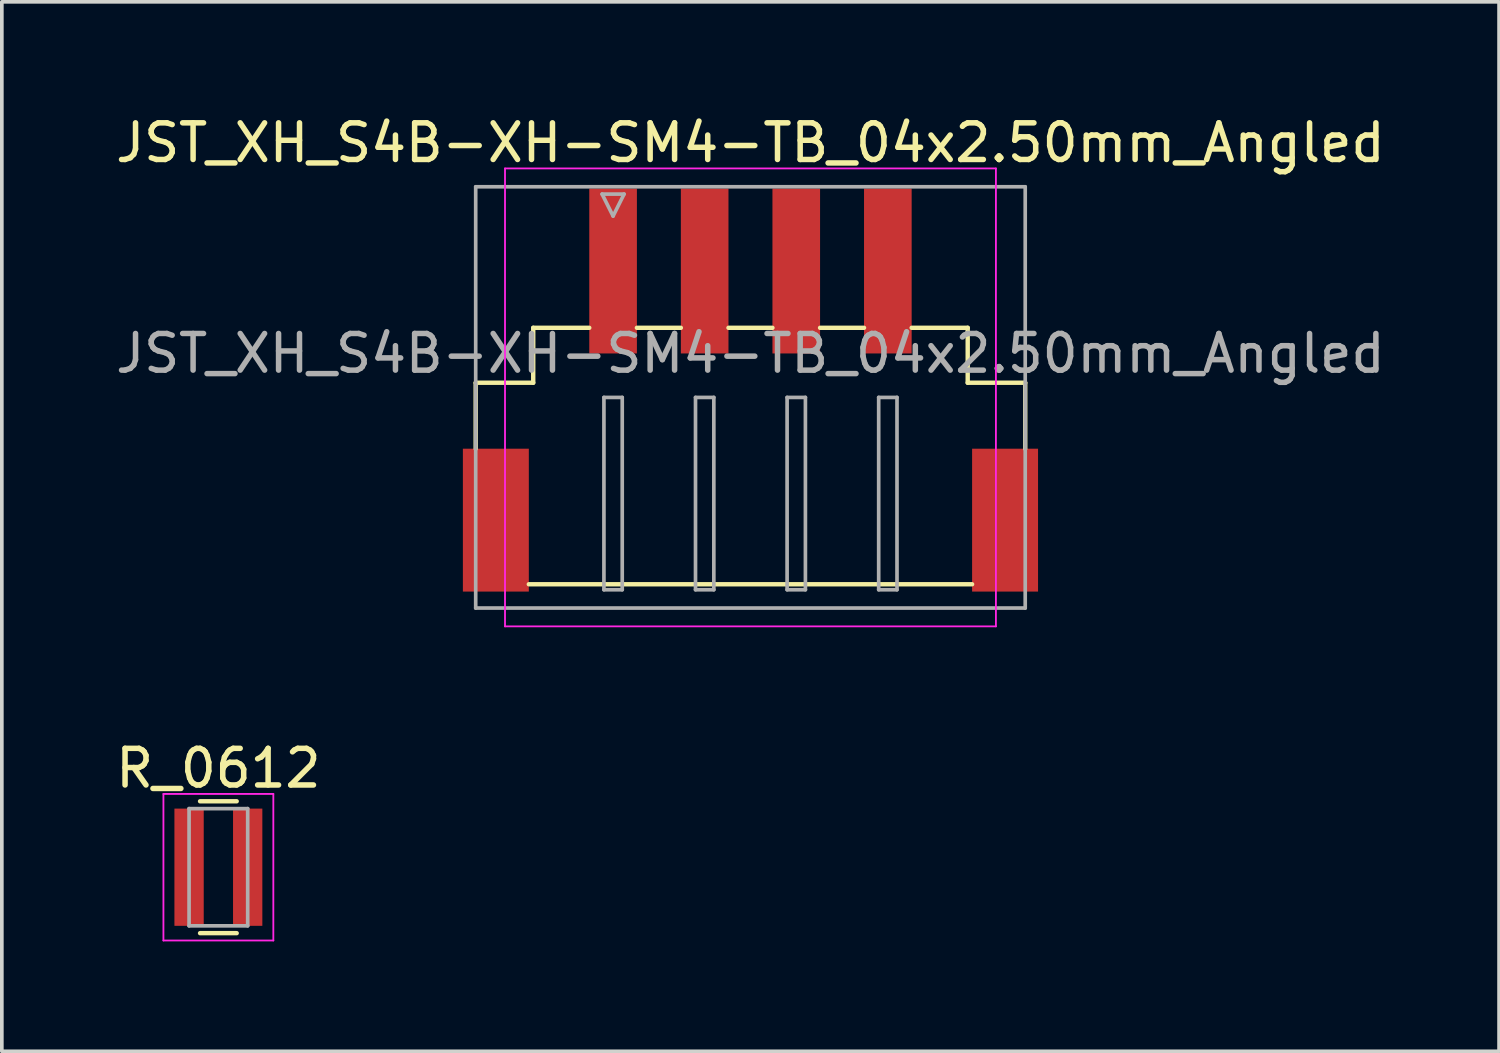
<source format=kicad_pcb>
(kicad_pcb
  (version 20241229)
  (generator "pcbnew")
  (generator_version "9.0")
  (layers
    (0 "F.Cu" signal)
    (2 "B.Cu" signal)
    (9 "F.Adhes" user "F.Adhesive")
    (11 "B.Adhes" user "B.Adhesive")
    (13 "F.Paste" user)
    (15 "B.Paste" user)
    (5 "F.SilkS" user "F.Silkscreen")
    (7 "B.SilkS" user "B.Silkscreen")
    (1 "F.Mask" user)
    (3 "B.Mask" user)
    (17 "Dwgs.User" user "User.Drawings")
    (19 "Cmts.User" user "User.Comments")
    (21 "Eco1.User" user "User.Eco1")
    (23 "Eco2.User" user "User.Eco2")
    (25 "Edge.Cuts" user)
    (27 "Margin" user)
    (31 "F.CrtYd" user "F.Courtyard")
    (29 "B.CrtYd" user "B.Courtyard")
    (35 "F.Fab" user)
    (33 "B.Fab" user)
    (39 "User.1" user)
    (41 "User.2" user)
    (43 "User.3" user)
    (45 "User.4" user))
  (footprint "JST_XH_S4B-XH-SM4-TB_04x2.50mm_Angled"
    (layer "F.Cu")
    (at 17.435 8.098)
    (property "Reference" "JST_XH_S4B-XH-SM4-TB_04x2.50mm_Angled" (at 0 -7.25 0) (layer "F.SilkS") (effects (font (size 1 1) (thickness 0.15))))
    (attr through_hole)
    (fp_line (start -7.5 -0.7) (end -7.5 1.1) (stroke (width 0.12) (type solid)) (layer "F.SilkS"))
    (fp_line (start -7.5 -0.7) (end -5.93 -0.7) (stroke (width 0.12) (type solid)) (layer "F.SilkS"))
    (fp_line (start -6.05 4.8) (end 6.05 4.8) (stroke (width 0.12) (type solid)) (layer "F.SilkS"))
    (fp_line (start -5.93 -2.2) (end -5.93 -0.7) (stroke (width 0.12) (type solid)) (layer "F.SilkS"))
    (fp_line (start -5.93 -2.2) (end -4.4 -2.2) (stroke (width 0.12) (type solid)) (layer "F.SilkS"))
    (fp_line (start -3.1 -2.2) (end -1.9 -2.2) (stroke (width 0.12) (type solid)) (layer "F.SilkS"))
    (fp_line (start -0.6 -2.2) (end 0.6 -2.2) (stroke (width 0.12) (type solid)) (layer "F.SilkS"))
    (fp_line (start 1.9 -2.2) (end 3.1 -2.2) (stroke (width 0.12) (type solid)) (layer "F.SilkS"))
    (fp_line (start 4.4 -2.2) (end 5.93 -2.2) (stroke (width 0.12) (type solid)) (layer "F.SilkS"))
    (fp_line (start 5.93 -2.2) (end 5.93 -0.7) (stroke (width 0.12) (type solid)) (layer "F.SilkS"))
    (fp_line (start 5.93 -0.7) (end 7.5 -0.7) (stroke (width 0.12) (type solid)) (layer "F.SilkS"))
    (fp_line (start 7.5 -0.7) (end 7.5 1.1) (stroke (width 0.12) (type solid)) (layer "F.SilkS"))
    (fp_line (start -6.7 -6.55) (end -6.7 5.95) (stroke (width 0.05) (type solid)) (layer "F.CrtYd"))
    (fp_line (start -6.7 5.95) (end 6.7 5.95) (stroke (width 0.05) (type solid)) (layer "F.CrtYd"))
    (fp_line (start 6.7 -6.55) (end -6.7 -6.55) (stroke (width 0.05) (type solid)) (layer "F.CrtYd"))
    (fp_line (start 6.7 5.95) (end 6.7 -6.55) (stroke (width 0.05) (type solid)) (layer "F.CrtYd"))
    (fp_line (start -7.5 -6.05) (end -7.5 5.45) (stroke (width 0.1) (type solid)) (layer "F.Fab"))
    (fp_line (start -7.5 5.45) (end 7.5 5.45) (stroke (width 0.1) (type solid)) (layer "F.Fab"))
    (fp_line (start -4.05 -5.85) (end -3.45 -5.85) (stroke (width 0.1) (type solid)) (layer "F.Fab"))
    (fp_line (start -4 -0.3) (end -4 4.95) (stroke (width 0.1) (type solid)) (layer "F.Fab"))
    (fp_line (start -4 4.95) (end -3.5 4.95) (stroke (width 0.1) (type solid)) (layer "F.Fab"))
    (fp_line (start -3.75 -5.25) (end -4.05 -5.85) (stroke (width 0.1) (type solid)) (layer "F.Fab"))
    (fp_line (start -3.5 -0.3) (end -4 -0.3) (stroke (width 0.1) (type solid)) (layer "F.Fab"))
    (fp_line (start -3.5 4.95) (end -3.5 -0.3) (stroke (width 0.1) (type solid)) (layer "F.Fab"))
    (fp_line (start -3.45 -5.85) (end -3.75 -5.25) (stroke (width 0.1) (type solid)) (layer "F.Fab"))
    (fp_line (start -1.5 -0.3) (end -1.5 4.95) (stroke (width 0.1) (type solid)) (layer "F.Fab"))
    (fp_line (start -1.5 4.95) (end -1 4.95) (stroke (width 0.1) (type solid)) (layer "F.Fab"))
    (fp_line (start -1 -0.3) (end -1.5 -0.3) (stroke (width 0.1) (type solid)) (layer "F.Fab"))
    (fp_line (start -1 4.95) (end -1 -0.3) (stroke (width 0.1) (type solid)) (layer "F.Fab"))
    (fp_line (start 1 -0.3) (end 1 4.95) (stroke (width 0.1) (type solid)) (layer "F.Fab"))
    (fp_line (start 1 4.95) (end 1.5 4.95) (stroke (width 0.1) (type solid)) (layer "F.Fab"))
    (fp_line (start 1.5 -0.3) (end 1 -0.3) (stroke (width 0.1) (type solid)) (layer "F.Fab"))
    (fp_line (start 1.5 4.95) (end 1.5 -0.3) (stroke (width 0.1) (type solid)) (layer "F.Fab"))
    (fp_line (start 3.5 -0.3) (end 3.5 4.95) (stroke (width 0.1) (type solid)) (layer "F.Fab"))
    (fp_line (start 3.5 4.95) (end 4 4.95) (stroke (width 0.1) (type solid)) (layer "F.Fab"))
    (fp_line (start 4 -0.3) (end 3.5 -0.3) (stroke (width 0.1) (type solid)) (layer "F.Fab"))
    (fp_line (start 4 4.95) (end 4 -0.3) (stroke (width 0.1) (type solid)) (layer "F.Fab"))
    (fp_line (start 7.5 -6.05) (end -7.5 -6.05) (stroke (width 0.1) (type solid)) (layer "F.Fab"))
    (fp_line (start 7.5 5.45) (end 7.5 -6.05) (stroke (width 0.1) (type solid)) (layer "F.Fab"))
    (fp_text user "${REFERENCE}" (at 0 -1.5 0) (layer "F.Fab") (effects (font (size 1 1) (thickness 0.15))))
    (pad "1" smd rect (at -3.75 -3.75) (size 1.3 4.5) (layers "F.Cu" "F.Mask" "F.Paste"))
    (pad "2" smd rect (at -1.25 -3.75) (size 1.3 4.5) (layers "F.Cu" "F.Mask" "F.Paste"))
    (pad "3" smd rect (at 1.25 -3.75) (size 1.3 4.5) (layers "F.Cu" "F.Mask" "F.Paste"))
    (pad "4" smd rect (at 3.75 -3.75) (size 1.3 4.5) (layers "F.Cu" "F.Mask" "F.Paste"))
    (pad "5" smd rect (at -6.95 3.05) (size 1.8 3.9) (layers "F.Cu" "F.Mask" "F.Paste"))
    (pad "6" smd rect (at 6.95 3.05) (size 1.8 3.9) (layers "F.Cu" "F.Mask" "F.Paste")))
  (footprint "R_0612"
    (layer "F.Cu")
    (at 2.911 20.622)
    (property "Reference" "R_0612" (at 0 -2.7 0) (layer "F.SilkS") (effects (font (size 1 1) (thickness 0.15))))
    (attr smd)
    (fp_line (start -0.5 -1.8) (end 0.5 -1.8) (stroke (width 0.12) (type solid)) (layer "F.SilkS"))
    (fp_line (start 0.5 1.8) (end -0.5 1.8) (stroke (width 0.12) (type solid)) (layer "F.SilkS"))
    (fp_line (start -1.5 -2) (end -1.5 2) (stroke (width 0.05) (type solid)) (layer "F.CrtYd"))
    (fp_line (start -1.5 -2) (end 1.5 -2) (stroke (width 0.05) (type solid)) (layer "F.CrtYd"))
    (fp_line (start -1.5 2) (end 1.5 2) (stroke (width 0.05) (type solid)) (layer "F.CrtYd"))
    (fp_line (start 1.5 -2) (end 1.5 2) (stroke (width 0.05) (type solid)) (layer "F.CrtYd"))
    (fp_line (start -0.8 -1.6) (end 0.8 -1.6) (stroke (width 0.1) (type solid)) (layer "F.Fab"))
    (fp_line (start -0.8 1.6) (end -0.8 -1.6) (stroke (width 0.1) (type solid)) (layer "F.Fab"))
    (fp_line (start 0.8 -1.6) (end 0.8 1.6) (stroke (width 0.1) (type solid)) (layer "F.Fab"))
    (fp_line (start 0.8 1.6) (end -0.8 1.6) (stroke (width 0.1) (type solid)) (layer "F.Fab"))
    (pad "1" smd rect (at -0.8 0) (size 0.8 3.2) (layers "F.Cu" "F.Mask" "F.Paste"))
    (pad "2" smd rect (at 0.8 0) (size 0.8 3.2) (layers "F.Cu" "F.Mask" "F.Paste")))
  (gr_rect
    (start -3 -3)
    (end 37.869 25.646)
    (stroke (width 0.1) (type default))
    (fill no)
    (layer "Edge.Cuts")))
</source>
